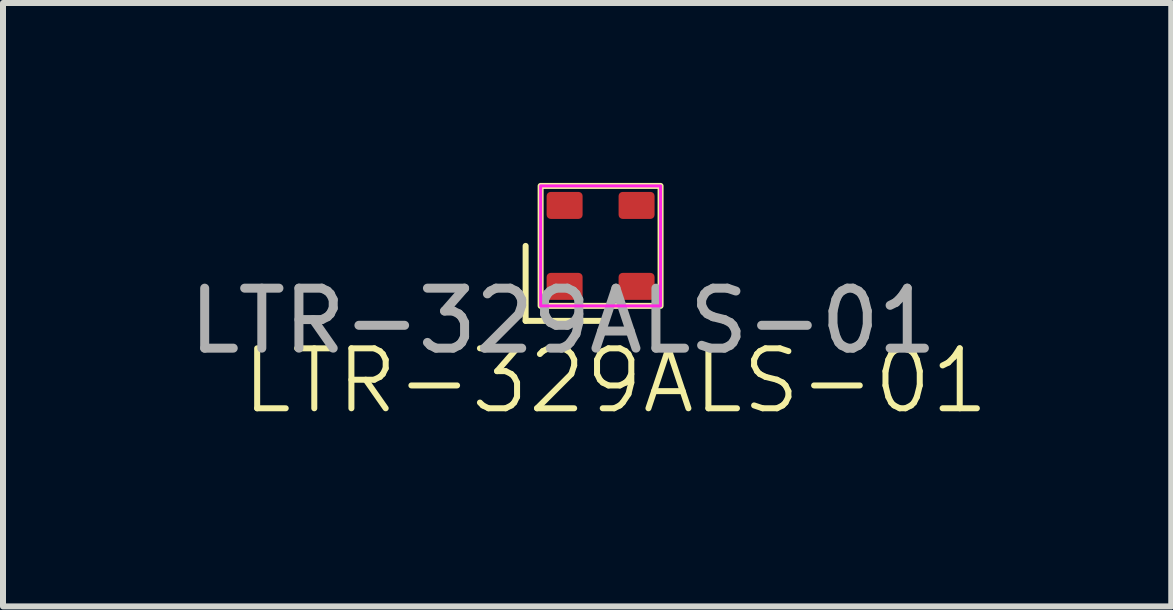
<source format=kicad_pcb>
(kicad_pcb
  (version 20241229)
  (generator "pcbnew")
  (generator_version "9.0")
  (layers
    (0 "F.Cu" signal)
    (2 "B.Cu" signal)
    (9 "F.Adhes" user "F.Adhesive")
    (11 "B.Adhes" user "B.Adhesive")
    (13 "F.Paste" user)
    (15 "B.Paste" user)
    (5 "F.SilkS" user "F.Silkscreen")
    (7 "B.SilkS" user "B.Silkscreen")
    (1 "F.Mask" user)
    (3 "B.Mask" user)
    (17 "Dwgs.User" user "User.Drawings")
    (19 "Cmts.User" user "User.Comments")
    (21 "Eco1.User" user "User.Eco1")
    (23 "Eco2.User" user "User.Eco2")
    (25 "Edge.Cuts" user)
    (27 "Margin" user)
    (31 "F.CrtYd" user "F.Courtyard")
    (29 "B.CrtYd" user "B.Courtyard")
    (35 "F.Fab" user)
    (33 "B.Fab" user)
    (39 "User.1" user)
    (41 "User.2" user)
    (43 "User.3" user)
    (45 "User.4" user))
  (footprint "LTR-329ALS-01"
    (layer "F.Cu")
    (at 6.964 1.05)
    (property "Reference" "LTR-329ALS-01" (at 0.25 2.25 0) (unlocked yes) (layer "F.SilkS") (effects (font (size 1 1) (thickness 0.1))))
    (attr smd)
    (fp_line (start -1.25 0) (end -1.25 1.25) (stroke (width 0.1) (type default)) (layer "F.SilkS"))
    (fp_line (start -1.25 1.25) (end 0 1.25) (stroke (width 0.1) (type default)) (layer "F.SilkS"))
    (fp_rect (start -1 -1) (end 1 1) (stroke (width 0.1) (type default)) (fill no) (layer "F.SilkS"))
    (fp_rect (start -1 -1) (end 1 1) (stroke (width 0.05) (type default)) (fill no) (layer "F.CrtYd"))
    (fp_text user "${REFERENCE}" (at -0.625 1.25 0) (unlocked yes) (layer "F.Fab") (effects (font (size 1 1) (thickness 0.15))))
    (pad "1" smd roundrect (at -0.6 0.675) (size 0.6 0.45) (layers "F.Cu" "F.Mask" "F.Paste") (roundrect_rratio 0.15))
    (pad "2" smd roundrect (at 0.6 0.675) (size 0.6 0.45) (layers "F.Cu" "F.Mask" "F.Paste") (roundrect_rratio 0.15))
    (pad "3" smd roundrect (at 0.6 -0.675) (size 0.6 0.45) (layers "F.Cu" "F.Mask" "F.Paste") (roundrect_rratio 0.15))
    (pad "4" smd roundrect (at -0.6 -0.675) (size 0.6 0.45) (layers "F.Cu" "F.Mask" "F.Paste") (roundrect_rratio 0.15)))
  (gr_rect
    (start -3 -3)
    (end 16.479 7.061)
    (stroke (width 0.1) (type default))
    (fill no)
    (layer "Edge.Cuts")))
</source>
